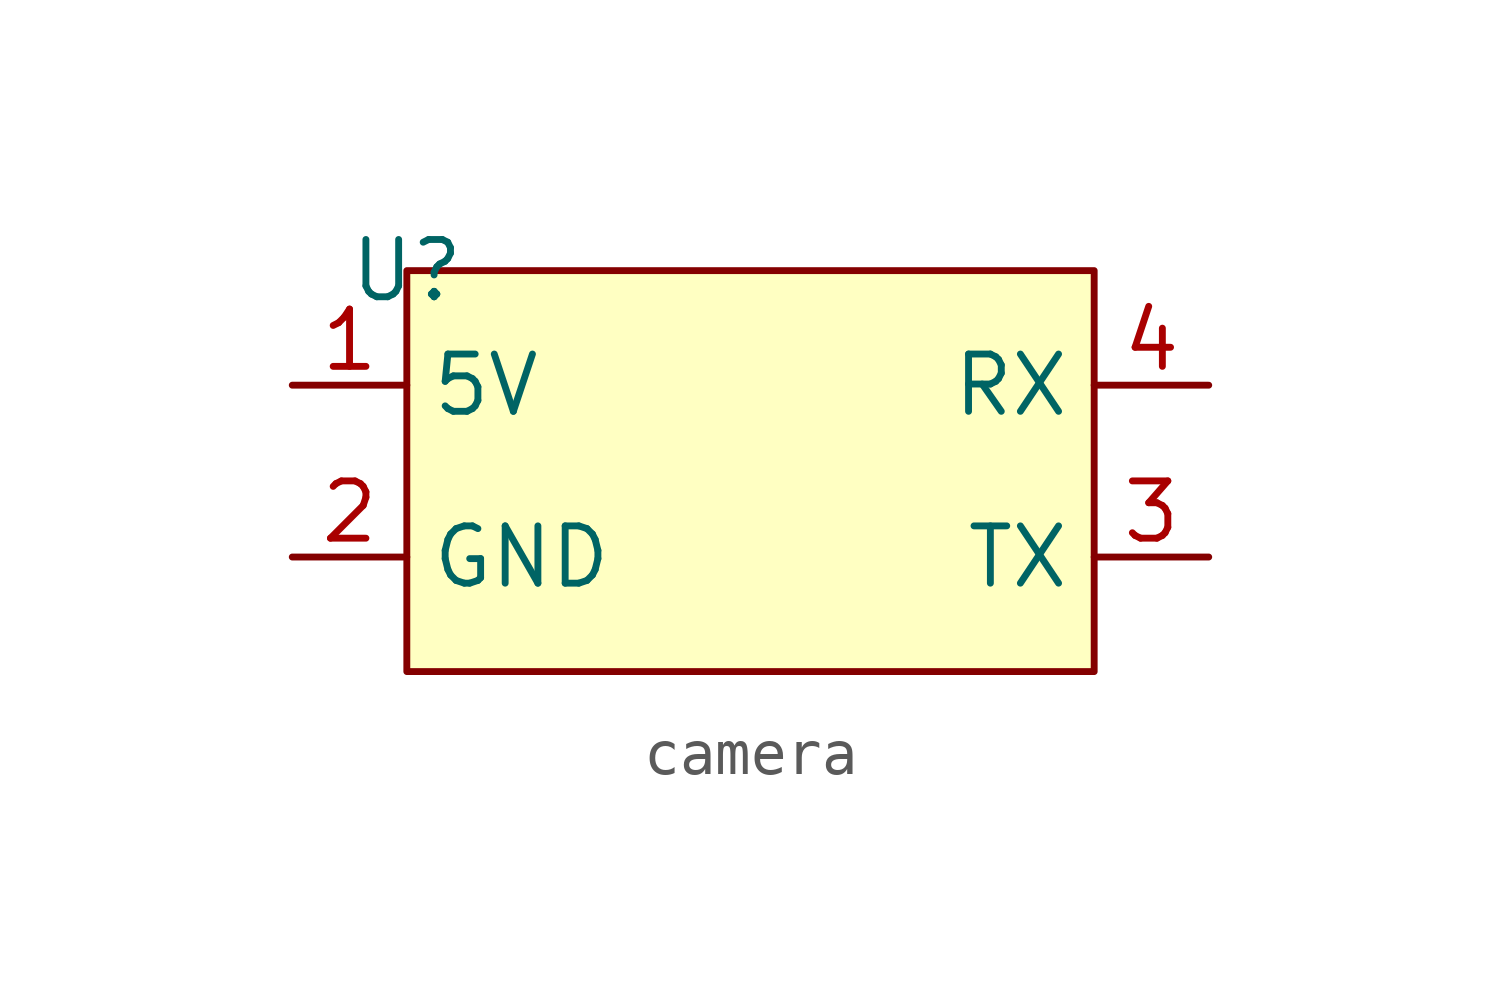
<source format=kicad_sym>
(kicad_symbol_lib
  (version 20220914)
  (generator kicad_symbol_editor)
  (symbol "camera"
    (property "Reference" "U"
      (at 0 0 0)
      (effects (font (size 1.27 1.27))))
    (property "Value" ""
      (at 0 0 0)
      (effects (font (size 1.27 1.27))))
    (symbol "camera_1_1"
      (rectangle (start 0 0) (end 15.24 -8.89) (stroke (width 0) (type default)) (fill (type background)))
      (pin input line (at -2.54 -2.54 0) (length 2.54) (name "5V" (effects (font (size 1.27 1.27)))) (number "1" (effects (font (size 1.27 1.27)))))
      (pin input line (at -2.54 -6.35 0) (length 2.54) (name "GND" (effects (font (size 1.27 1.27)))) (number "2" (effects (font (size 1.27 1.27)))))
      (pin input line (at 17.78 -6.35 180) (length 2.54) (name "TX" (effects (font (size 1.27 1.27)))) (number "3" (effects (font (size 1.27 1.27)))))
      (pin input line (at 17.78 -2.54 180) (length 2.54) (name "RX" (effects (font (size 1.27 1.27)))) (number "4" (effects (font (size 1.27 1.27))))))))
</source>
